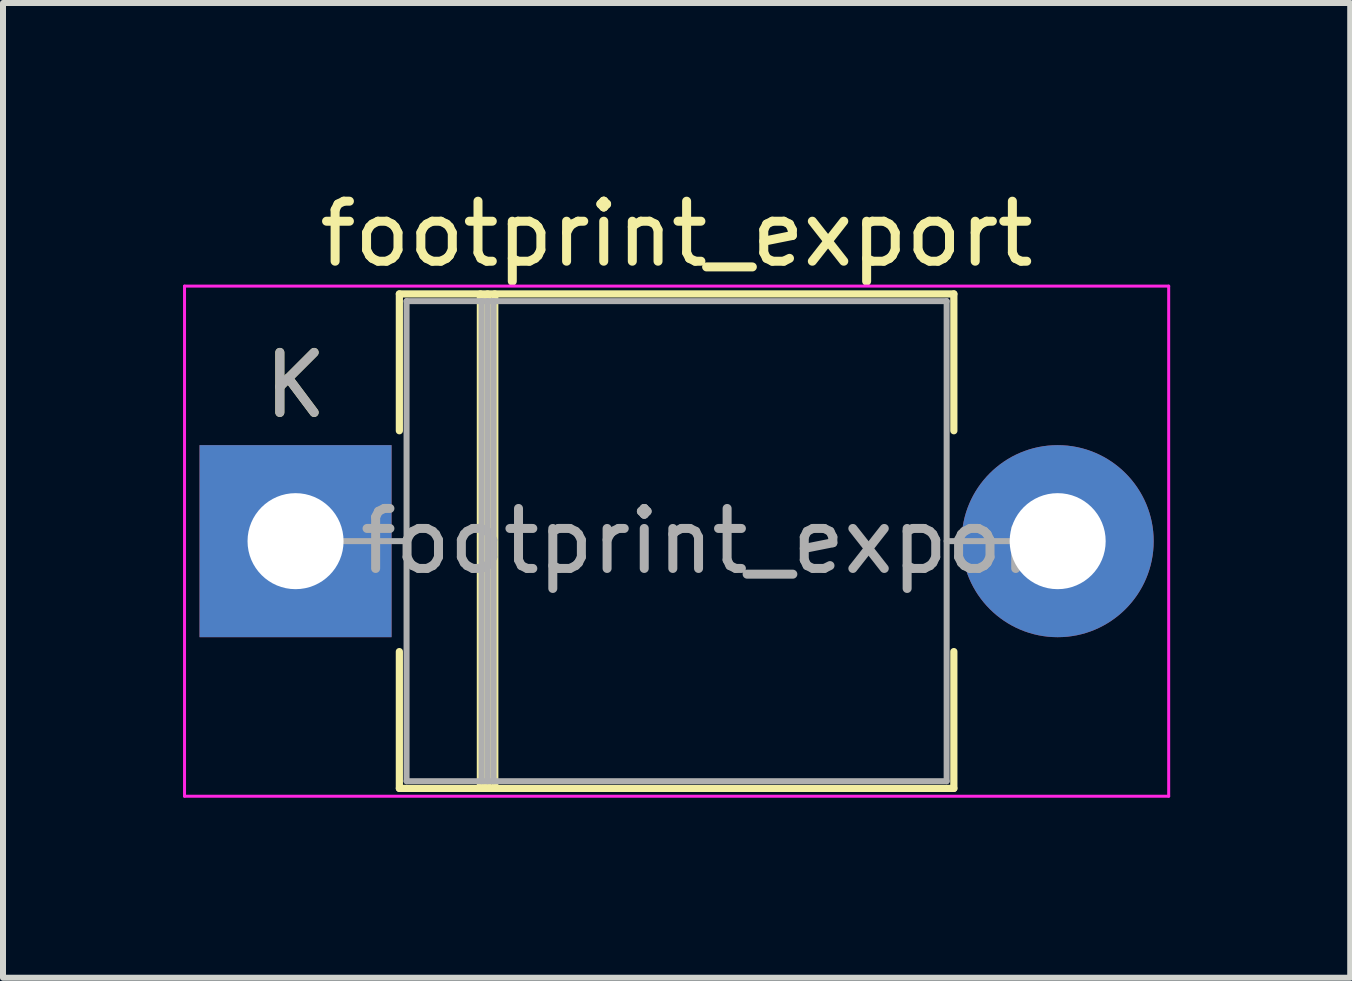
<source format=kicad_pcb>
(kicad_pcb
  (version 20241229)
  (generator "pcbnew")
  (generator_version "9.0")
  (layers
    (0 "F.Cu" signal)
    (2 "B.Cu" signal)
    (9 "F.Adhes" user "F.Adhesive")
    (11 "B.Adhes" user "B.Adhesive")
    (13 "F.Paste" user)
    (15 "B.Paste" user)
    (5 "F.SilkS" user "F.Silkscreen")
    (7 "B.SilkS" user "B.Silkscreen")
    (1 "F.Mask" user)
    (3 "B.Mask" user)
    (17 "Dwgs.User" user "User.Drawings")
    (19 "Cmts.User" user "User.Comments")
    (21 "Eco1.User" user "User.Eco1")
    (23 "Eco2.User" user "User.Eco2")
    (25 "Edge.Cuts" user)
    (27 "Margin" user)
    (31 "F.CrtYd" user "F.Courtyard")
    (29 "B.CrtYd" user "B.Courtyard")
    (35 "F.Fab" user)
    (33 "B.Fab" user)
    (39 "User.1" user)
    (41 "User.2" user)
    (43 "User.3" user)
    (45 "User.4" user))
  (footprint "footprint_export"
    (layer "F.Cu")
    (at 1.875 5.968)
    (property "Reference" "footprint_export" (at 6.35 -5.12 0) (layer "F.SilkS") (effects (font (size 1 1) (thickness 0.15))))
    (attr through_hole)
    (fp_line (start 1.73 -4.12) (end 10.97 -4.12) (stroke (width 0.12) (type solid)) (layer "F.SilkS"))
    (fp_line (start 1.73 -1.84) (end 1.73 -4.12) (stroke (width 0.12) (type solid)) (layer "F.SilkS"))
    (fp_line (start 1.73 1.84) (end 1.73 4.12) (stroke (width 0.12) (type solid)) (layer "F.SilkS"))
    (fp_line (start 1.73 4.12) (end 10.97 4.12) (stroke (width 0.12) (type solid)) (layer "F.SilkS"))
    (fp_line (start 3.08 -4.12) (end 3.08 4.12) (stroke (width 0.12) (type solid)) (layer "F.SilkS"))
    (fp_line (start 3.2 -4.12) (end 3.2 4.12) (stroke (width 0.12) (type solid)) (layer "F.SilkS"))
    (fp_line (start 3.32 -4.12) (end 3.32 4.12) (stroke (width 0.12) (type solid)) (layer "F.SilkS"))
    (fp_line (start 10.97 -4.12) (end 10.97 -1.84) (stroke (width 0.12) (type solid)) (layer "F.SilkS"))
    (fp_line (start 10.97 4.12) (end 10.97 1.84) (stroke (width 0.12) (type solid)) (layer "F.SilkS"))
    (fp_line (start -1.85 -4.25) (end -1.85 4.25) (stroke (width 0.05) (type solid)) (layer "F.CrtYd"))
    (fp_line (start -1.85 4.25) (end 14.55 4.25) (stroke (width 0.05) (type solid)) (layer "F.CrtYd"))
    (fp_line (start 14.55 -4.25) (end -1.85 -4.25) (stroke (width 0.05) (type solid)) (layer "F.CrtYd"))
    (fp_line (start 14.55 4.25) (end 14.55 -4.25) (stroke (width 0.05) (type solid)) (layer "F.CrtYd"))
    (fp_line (start 0 0) (end 1.85 0) (stroke (width 0.1) (type solid)) (layer "F.Fab"))
    (fp_line (start 1.85 -4) (end 1.85 4) (stroke (width 0.1) (type solid)) (layer "F.Fab"))
    (fp_line (start 1.85 4) (end 10.85 4) (stroke (width 0.1) (type solid)) (layer "F.Fab"))
    (fp_line (start 3.1 -4) (end 3.1 4) (stroke (width 0.1) (type solid)) (layer "F.Fab"))
    (fp_line (start 3.2 -4) (end 3.2 4) (stroke (width 0.1) (type solid)) (layer "F.Fab"))
    (fp_line (start 3.3 -4) (end 3.3 4) (stroke (width 0.1) (type solid)) (layer "F.Fab"))
    (fp_line (start 10.85 -4) (end 1.85 -4) (stroke (width 0.1) (type solid)) (layer "F.Fab"))
    (fp_line (start 10.85 4) (end 10.85 -4) (stroke (width 0.1) (type solid)) (layer "F.Fab"))
    (fp_line (start 12.7 0) (end 10.85 0) (stroke (width 0.1) (type solid)) (layer "F.Fab"))
    (fp_text user "K" (at 0 -2.6 0) (layer "F.SilkS") (effects (font (size 1 1) (thickness 0.15))))
    (fp_text user "${REFERENCE}" (at 7.025 0 0) (layer "F.Fab") (effects (font (size 1 1) (thickness 0.15))))
    (fp_text user "K" (at 0 -2.6 0) (layer "F.Fab") (effects (font (size 1 1) (thickness 0.15))))
    (pad "1" thru_hole rect (at 0 0) (size 3.2 3.2) (drill 1.6) (layers "*.Cu" "*.Mask"))
    (pad "2" thru_hole oval (at 12.7 0) (size 3.2 3.2) (drill 1.6) (layers "*.Cu" "*.Mask")))
  (gr_rect
    (start -3 -3)
    (end 19.45 13.243)
    (stroke (width 0.1) (type default))
    (fill no)
    (layer "Edge.Cuts")))
</source>
